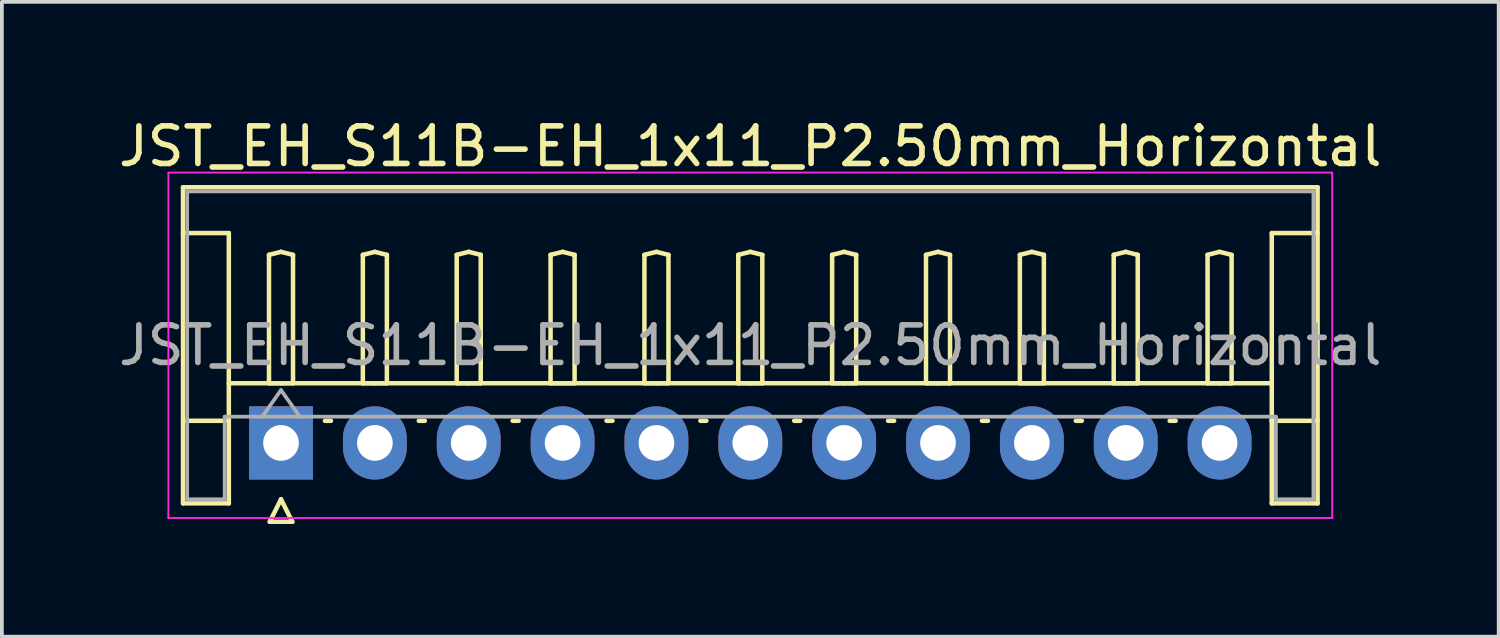
<source format=kicad_pcb>
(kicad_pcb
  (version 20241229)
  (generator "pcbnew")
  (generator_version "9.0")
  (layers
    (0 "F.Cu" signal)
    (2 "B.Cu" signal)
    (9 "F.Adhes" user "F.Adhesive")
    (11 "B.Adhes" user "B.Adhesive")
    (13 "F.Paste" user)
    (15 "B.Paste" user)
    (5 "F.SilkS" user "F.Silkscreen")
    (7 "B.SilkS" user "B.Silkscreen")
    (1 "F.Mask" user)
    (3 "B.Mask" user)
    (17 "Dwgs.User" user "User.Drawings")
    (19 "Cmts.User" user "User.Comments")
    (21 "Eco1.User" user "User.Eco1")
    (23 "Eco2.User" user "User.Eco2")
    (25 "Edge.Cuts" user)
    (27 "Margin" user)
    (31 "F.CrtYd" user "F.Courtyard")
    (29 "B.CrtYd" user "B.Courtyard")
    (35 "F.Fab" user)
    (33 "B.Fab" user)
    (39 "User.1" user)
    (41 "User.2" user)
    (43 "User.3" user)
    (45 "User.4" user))
  (footprint "JST_EH_S11B-EH_1x11_P2.50mm_Horizontal"
    (layer "F.Cu")
    (at 4.435 8.748)
    (property "Reference" "JST_EH_S11B-EH_1x11_P2.50mm_Horizontal" (at 12.5 -7.9 0) (layer "F.SilkS") (effects (font (size 1 1) (thickness 0.15))))
    (attr through_hole)
    (fp_line (start -2.61 -6.81) (end 27.61 -6.81) (stroke (width 0.12) (type solid)) (layer "F.SilkS"))
    (fp_line (start -2.61 -5.59) (end -1.39 -5.59) (stroke (width 0.12) (type solid)) (layer "F.SilkS"))
    (fp_line (start -2.61 1.61) (end -2.61 -6.81) (stroke (width 0.12) (type solid)) (layer "F.SilkS"))
    (fp_line (start -1.39 -5.59) (end -1.39 -0.59) (stroke (width 0.12) (type solid)) (layer "F.SilkS"))
    (fp_line (start -1.39 -1.59) (end 26.39 -1.59) (stroke (width 0.12) (type solid)) (layer "F.SilkS"))
    (fp_line (start -1.39 -0.59) (end -2.61 -0.59) (stroke (width 0.12) (type solid)) (layer "F.SilkS"))
    (fp_line (start -1.39 -0.59) (end -1.39 1.61) (stroke (width 0.12) (type solid)) (layer "F.SilkS"))
    (fp_line (start -1.39 1.61) (end -2.61 1.61) (stroke (width 0.12) (type solid)) (layer "F.SilkS"))
    (fp_line (start -0.32 -5.01) (end 0 -5.09) (stroke (width 0.12) (type solid)) (layer "F.SilkS"))
    (fp_line (start -0.32 -1.59) (end -0.32 -5.01) (stroke (width 0.12) (type solid)) (layer "F.SilkS"))
    (fp_line (start -0.3 2.1) (end 0.3 2.1) (stroke (width 0.12) (type solid)) (layer "F.SilkS"))
    (fp_line (start 0 -5.09) (end 0.32 -5.01) (stroke (width 0.12) (type solid)) (layer "F.SilkS"))
    (fp_line (start 0 -1.59) (end -0.32 -1.59) (stroke (width 0.12) (type solid)) (layer "F.SilkS"))
    (fp_line (start 0 1.5) (end -0.3 2.1) (stroke (width 0.12) (type solid)) (layer "F.SilkS"))
    (fp_line (start 0.3 2.1) (end 0 1.5) (stroke (width 0.12) (type solid)) (layer "F.SilkS"))
    (fp_line (start 0.32 -5.01) (end 0.32 -1.59) (stroke (width 0.12) (type solid)) (layer "F.SilkS"))
    (fp_line (start 0.32 -1.59) (end 0 -1.59) (stroke (width 0.12) (type solid)) (layer "F.SilkS"))
    (fp_line (start 1.17 -0.59) (end 1.33 -0.59) (stroke (width 0.12) (type solid)) (layer "F.SilkS"))
    (fp_line (start 2.18 -5.01) (end 2.5 -5.09) (stroke (width 0.12) (type solid)) (layer "F.SilkS"))
    (fp_line (start 2.18 -1.59) (end 2.18 -5.01) (stroke (width 0.12) (type solid)) (layer "F.SilkS"))
    (fp_line (start 2.5 -5.09) (end 2.82 -5.01) (stroke (width 0.12) (type solid)) (layer "F.SilkS"))
    (fp_line (start 2.5 -1.59) (end 2.18 -1.59) (stroke (width 0.12) (type solid)) (layer "F.SilkS"))
    (fp_line (start 2.82 -5.01) (end 2.82 -1.59) (stroke (width 0.12) (type solid)) (layer "F.SilkS"))
    (fp_line (start 2.82 -1.59) (end 2.5 -1.59) (stroke (width 0.12) (type solid)) (layer "F.SilkS"))
    (fp_line (start 3.67 -0.59) (end 3.83 -0.59) (stroke (width 0.12) (type solid)) (layer "F.SilkS"))
    (fp_line (start 4.68 -5.01) (end 5 -5.09) (stroke (width 0.12) (type solid)) (layer "F.SilkS"))
    (fp_line (start 4.68 -1.59) (end 4.68 -5.01) (stroke (width 0.12) (type solid)) (layer "F.SilkS"))
    (fp_line (start 5 -5.09) (end 5.32 -5.01) (stroke (width 0.12) (type solid)) (layer "F.SilkS"))
    (fp_line (start 5 -1.59) (end 4.68 -1.59) (stroke (width 0.12) (type solid)) (layer "F.SilkS"))
    (fp_line (start 5.32 -5.01) (end 5.32 -1.59) (stroke (width 0.12) (type solid)) (layer "F.SilkS"))
    (fp_line (start 5.32 -1.59) (end 5 -1.59) (stroke (width 0.12) (type solid)) (layer "F.SilkS"))
    (fp_line (start 6.17 -0.59) (end 6.33 -0.59) (stroke (width 0.12) (type solid)) (layer "F.SilkS"))
    (fp_line (start 7.18 -5.01) (end 7.5 -5.09) (stroke (width 0.12) (type solid)) (layer "F.SilkS"))
    (fp_line (start 7.18 -1.59) (end 7.18 -5.01) (stroke (width 0.12) (type solid)) (layer "F.SilkS"))
    (fp_line (start 7.5 -5.09) (end 7.82 -5.01) (stroke (width 0.12) (type solid)) (layer "F.SilkS"))
    (fp_line (start 7.5 -1.59) (end 7.18 -1.59) (stroke (width 0.12) (type solid)) (layer "F.SilkS"))
    (fp_line (start 7.82 -5.01) (end 7.82 -1.59) (stroke (width 0.12) (type solid)) (layer "F.SilkS"))
    (fp_line (start 7.82 -1.59) (end 7.5 -1.59) (stroke (width 0.12) (type solid)) (layer "F.SilkS"))
    (fp_line (start 8.67 -0.59) (end 8.83 -0.59) (stroke (width 0.12) (type solid)) (layer "F.SilkS"))
    (fp_line (start 9.68 -5.01) (end 10 -5.09) (stroke (width 0.12) (type solid)) (layer "F.SilkS"))
    (fp_line (start 9.68 -1.59) (end 9.68 -5.01) (stroke (width 0.12) (type solid)) (layer "F.SilkS"))
    (fp_line (start 10 -5.09) (end 10.32 -5.01) (stroke (width 0.12) (type solid)) (layer "F.SilkS"))
    (fp_line (start 10 -1.59) (end 9.68 -1.59) (stroke (width 0.12) (type solid)) (layer "F.SilkS"))
    (fp_line (start 10.32 -5.01) (end 10.32 -1.59) (stroke (width 0.12) (type solid)) (layer "F.SilkS"))
    (fp_line (start 10.32 -1.59) (end 10 -1.59) (stroke (width 0.12) (type solid)) (layer "F.SilkS"))
    (fp_line (start 11.17 -0.59) (end 11.33 -0.59) (stroke (width 0.12) (type solid)) (layer "F.SilkS"))
    (fp_line (start 12.18 -5.01) (end 12.5 -5.09) (stroke (width 0.12) (type solid)) (layer "F.SilkS"))
    (fp_line (start 12.18 -1.59) (end 12.18 -5.01) (stroke (width 0.12) (type solid)) (layer "F.SilkS"))
    (fp_line (start 12.5 -5.09) (end 12.82 -5.01) (stroke (width 0.12) (type solid)) (layer "F.SilkS"))
    (fp_line (start 12.5 -1.59) (end 12.18 -1.59) (stroke (width 0.12) (type solid)) (layer "F.SilkS"))
    (fp_line (start 12.82 -5.01) (end 12.82 -1.59) (stroke (width 0.12) (type solid)) (layer "F.SilkS"))
    (fp_line (start 12.82 -1.59) (end 12.5 -1.59) (stroke (width 0.12) (type solid)) (layer "F.SilkS"))
    (fp_line (start 13.67 -0.59) (end 13.83 -0.59) (stroke (width 0.12) (type solid)) (layer "F.SilkS"))
    (fp_line (start 14.68 -5.01) (end 15 -5.09) (stroke (width 0.12) (type solid)) (layer "F.SilkS"))
    (fp_line (start 14.68 -1.59) (end 14.68 -5.01) (stroke (width 0.12) (type solid)) (layer "F.SilkS"))
    (fp_line (start 15 -5.09) (end 15.32 -5.01) (stroke (width 0.12) (type solid)) (layer "F.SilkS"))
    (fp_line (start 15 -1.59) (end 14.68 -1.59) (stroke (width 0.12) (type solid)) (layer "F.SilkS"))
    (fp_line (start 15.32 -5.01) (end 15.32 -1.59) (stroke (width 0.12) (type solid)) (layer "F.SilkS"))
    (fp_line (start 15.32 -1.59) (end 15 -1.59) (stroke (width 0.12) (type solid)) (layer "F.SilkS"))
    (fp_line (start 16.17 -0.59) (end 16.33 -0.59) (stroke (width 0.12) (type solid)) (layer "F.SilkS"))
    (fp_line (start 17.18 -5.01) (end 17.5 -5.09) (stroke (width 0.12) (type solid)) (layer "F.SilkS"))
    (fp_line (start 17.18 -1.59) (end 17.18 -5.01) (stroke (width 0.12) (type solid)) (layer "F.SilkS"))
    (fp_line (start 17.5 -5.09) (end 17.82 -5.01) (stroke (width 0.12) (type solid)) (layer "F.SilkS"))
    (fp_line (start 17.5 -1.59) (end 17.18 -1.59) (stroke (width 0.12) (type solid)) (layer "F.SilkS"))
    (fp_line (start 17.82 -5.01) (end 17.82 -1.59) (stroke (width 0.12) (type solid)) (layer "F.SilkS"))
    (fp_line (start 17.82 -1.59) (end 17.5 -1.59) (stroke (width 0.12) (type solid)) (layer "F.SilkS"))
    (fp_line (start 18.67 -0.59) (end 18.83 -0.59) (stroke (width 0.12) (type solid)) (layer "F.SilkS"))
    (fp_line (start 19.68 -5.01) (end 20 -5.09) (stroke (width 0.12) (type solid)) (layer "F.SilkS"))
    (fp_line (start 19.68 -1.59) (end 19.68 -5.01) (stroke (width 0.12) (type solid)) (layer "F.SilkS"))
    (fp_line (start 20 -5.09) (end 20.32 -5.01) (stroke (width 0.12) (type solid)) (layer "F.SilkS"))
    (fp_line (start 20 -1.59) (end 19.68 -1.59) (stroke (width 0.12) (type solid)) (layer "F.SilkS"))
    (fp_line (start 20.32 -5.01) (end 20.32 -1.59) (stroke (width 0.12) (type solid)) (layer "F.SilkS"))
    (fp_line (start 20.32 -1.59) (end 20 -1.59) (stroke (width 0.12) (type solid)) (layer "F.SilkS"))
    (fp_line (start 21.17 -0.59) (end 21.33 -0.59) (stroke (width 0.12) (type solid)) (layer "F.SilkS"))
    (fp_line (start 22.18 -5.01) (end 22.5 -5.09) (stroke (width 0.12) (type solid)) (layer "F.SilkS"))
    (fp_line (start 22.18 -1.59) (end 22.18 -5.01) (stroke (width 0.12) (type solid)) (layer "F.SilkS"))
    (fp_line (start 22.5 -5.09) (end 22.82 -5.01) (stroke (width 0.12) (type solid)) (layer "F.SilkS"))
    (fp_line (start 22.5 -1.59) (end 22.18 -1.59) (stroke (width 0.12) (type solid)) (layer "F.SilkS"))
    (fp_line (start 22.82 -5.01) (end 22.82 -1.59) (stroke (width 0.12) (type solid)) (layer "F.SilkS"))
    (fp_line (start 22.82 -1.59) (end 22.5 -1.59) (stroke (width 0.12) (type solid)) (layer "F.SilkS"))
    (fp_line (start 23.67 -0.59) (end 23.83 -0.59) (stroke (width 0.12) (type solid)) (layer "F.SilkS"))
    (fp_line (start 24.68 -5.01) (end 25 -5.09) (stroke (width 0.12) (type solid)) (layer "F.SilkS"))
    (fp_line (start 24.68 -1.59) (end 24.68 -5.01) (stroke (width 0.12) (type solid)) (layer "F.SilkS"))
    (fp_line (start 25 -5.09) (end 25.32 -5.01) (stroke (width 0.12) (type solid)) (layer "F.SilkS"))
    (fp_line (start 25 -1.59) (end 24.68 -1.59) (stroke (width 0.12) (type solid)) (layer "F.SilkS"))
    (fp_line (start 25.32 -5.01) (end 25.32 -1.59) (stroke (width 0.12) (type solid)) (layer "F.SilkS"))
    (fp_line (start 25.32 -1.59) (end 25 -1.59) (stroke (width 0.12) (type solid)) (layer "F.SilkS"))
    (fp_line (start 26.39 -5.59) (end 26.39 -0.59) (stroke (width 0.12) (type solid)) (layer "F.SilkS"))
    (fp_line (start 26.39 -0.59) (end 27.61 -0.59) (stroke (width 0.12) (type solid)) (layer "F.SilkS"))
    (fp_line (start 26.39 1.61) (end 26.39 -0.59) (stroke (width 0.12) (type solid)) (layer "F.SilkS"))
    (fp_line (start 27.61 -6.81) (end 27.61 1.61) (stroke (width 0.12) (type solid)) (layer "F.SilkS"))
    (fp_line (start 27.61 -5.59) (end 26.39 -5.59) (stroke (width 0.12) (type solid)) (layer "F.SilkS"))
    (fp_line (start 27.61 1.61) (end 26.39 1.61) (stroke (width 0.12) (type solid)) (layer "F.SilkS"))
    (fp_line (start -3 -7.2) (end -3 2) (stroke (width 0.05) (type solid)) (layer "F.CrtYd"))
    (fp_line (start -3 2) (end 28 2) (stroke (width 0.05) (type solid)) (layer "F.CrtYd"))
    (fp_line (start 28 -7.2) (end -3 -7.2) (stroke (width 0.05) (type solid)) (layer "F.CrtYd"))
    (fp_line (start 28 2) (end 28 -7.2) (stroke (width 0.05) (type solid)) (layer "F.CrtYd"))
    (fp_line (start -2.5 -6.7) (end 27.5 -6.7) (stroke (width 0.1) (type solid)) (layer "F.Fab"))
    (fp_line (start -2.5 1.5) (end -2.5 -6.7) (stroke (width 0.1) (type solid)) (layer "F.Fab"))
    (fp_line (start -1.5 -0.7) (end -1.5 1.5) (stroke (width 0.1) (type solid)) (layer "F.Fab"))
    (fp_line (start -1.5 1.5) (end -2.5 1.5) (stroke (width 0.1) (type solid)) (layer "F.Fab"))
    (fp_line (start -0.5 -0.7) (end 0 -1.407) (stroke (width 0.1) (type solid)) (layer "F.Fab"))
    (fp_line (start 0 -1.407) (end 0.5 -0.7) (stroke (width 0.1) (type solid)) (layer "F.Fab"))
    (fp_line (start 26.5 -0.7) (end -1.5 -0.7) (stroke (width 0.1) (type solid)) (layer "F.Fab"))
    (fp_line (start 26.5 1.5) (end 26.5 -0.7) (stroke (width 0.1) (type solid)) (layer "F.Fab"))
    (fp_line (start 27.5 -6.7) (end 27.5 1.5) (stroke (width 0.1) (type solid)) (layer "F.Fab"))
    (fp_line (start 27.5 1.5) (end 26.5 1.5) (stroke (width 0.1) (type solid)) (layer "F.Fab"))
    (fp_text user "${REFERENCE}" (at 12.5 -2.6 0) (layer "F.Fab") (effects (font (size 1 1) (thickness 0.15))))
    (pad "1" thru_hole rect (at 0 0) (size 1.7 1.95) (drill 0.95) (layers "*.Cu" "*.Mask"))
    (pad "2" thru_hole oval (at 2.5 0) (size 1.7 1.95) (drill 0.95) (layers "*.Cu" "*.Mask"))
    (pad "3" thru_hole oval (at 5 0) (size 1.7 1.95) (drill 0.95) (layers "*.Cu" "*.Mask"))
    (pad "4" thru_hole oval (at 7.5 0) (size 1.7 1.95) (drill 0.95) (layers "*.Cu" "*.Mask"))
    (pad "5" thru_hole oval (at 10 0) (size 1.7 1.95) (drill 0.95) (layers "*.Cu" "*.Mask"))
    (pad "6" thru_hole oval (at 12.5 0) (size 1.7 1.95) (drill 0.95) (layers "*.Cu" "*.Mask"))
    (pad "7" thru_hole oval (at 15 0) (size 1.7 1.95) (drill 0.95) (layers "*.Cu" "*.Mask"))
    (pad "8" thru_hole oval (at 17.5 0) (size 1.7 1.95) (drill 0.95) (layers "*.Cu" "*.Mask"))
    (pad "9" thru_hole oval (at 20 0) (size 1.7 1.95) (drill 0.95) (layers "*.Cu" "*.Mask"))
    (pad "10" thru_hole oval (at 22.5 0) (size 1.7 1.95) (drill 0.95) (layers "*.Cu" "*.Mask"))
    (pad "11" thru_hole oval (at 25 0) (size 1.7 1.95) (drill 0.95) (layers "*.Cu" "*.Mask")))
  (gr_rect
    (start -3 -3)
    (end 36.869 13.908)
    (stroke (width 0.1) (type default))
    (fill no)
    (layer "Edge.Cuts")))
</source>
